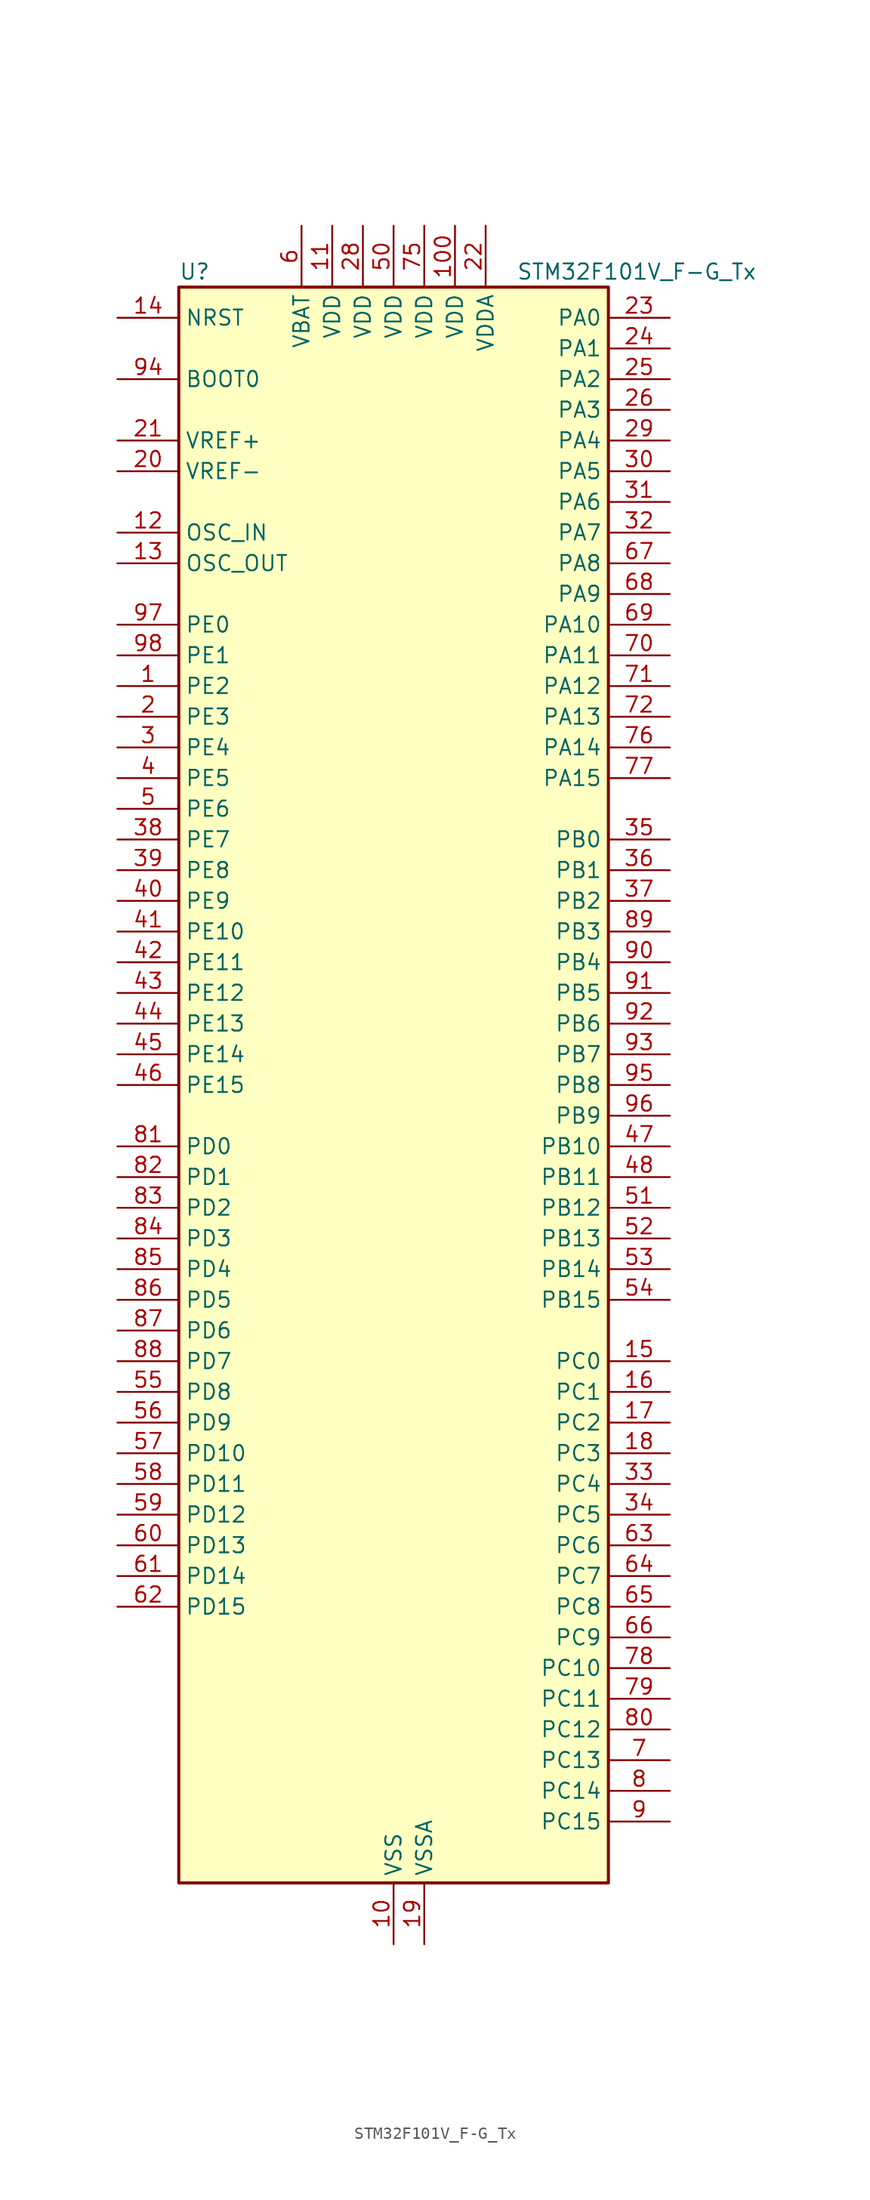
<source format=kicad_sym>
(kicad_symbol_lib
  (version 20231120)
  (generator "kicad_symbol_editor")
  (generator_version "8.0")
  (symbol "STM32F101V_F-G_Tx"
    (property "Reference" "U"
      (at -17.78 67.31 0)
      (effects (font (size 1.27 1.27)) (justify left)))
    (property "Value" "STM32F101V_F-G_Tx"
      (at 10.16 67.31 0)
      (effects (font (size 1.27 1.27)) (justify left)))
    (property "ki_locked" ""
      (at 0 0 0)
      (effects (font (size 1.27 1.27))))
    (symbol "STM32F101V_F-G_Tx_0_1"
      (rectangle (start -17.78 -66.04) (end 17.78 66.04) (stroke (width 0.254) (type default)) (fill (type background))))
    (symbol "STM32F101V_F-G_Tx_1_1"
      (pin bidirectional line (at -22.86 33.02 0) (length 5.08) (name "PE2" (effects (font (size 1.27 1.27)))) (number "1" (effects (font (size 1.27 1.27)))) (alternate "FSMC_A23" bidirectional line) (alternate "SYS_TRACECLK" bidirectional line))
      (pin power_in line (at 0 -71.12 90) (length 5.08) (name "VSS" (effects (font (size 1.27 1.27)))) (number "10" (effects (font (size 1.27 1.27)))))
      (pin power_in line (at 5.08 71.12 270) (length 5.08) (name "VDD" (effects (font (size 1.27 1.27)))) (number "100" (effects (font (size 1.27 1.27)))))
      (pin power_in line (at -5.08 71.12 270) (length 5.08) (name "VDD" (effects (font (size 1.27 1.27)))) (number "11" (effects (font (size 1.27 1.27)))))
      (pin input line (at -22.86 45.72 0) (length 5.08) (name "OSC_IN" (effects (font (size 1.27 1.27)))) (number "12" (effects (font (size 1.27 1.27)))) (alternate "RCC_OSC_IN" bidirectional line))
      (pin input line (at -22.86 43.18 0) (length 5.08) (name "OSC_OUT" (effects (font (size 1.27 1.27)))) (number "13" (effects (font (size 1.27 1.27)))) (alternate "RCC_OSC_OUT" bidirectional line))
      (pin input line (at -22.86 63.5 0) (length 5.08) (name "NRST" (effects (font (size 1.27 1.27)))) (number "14" (effects (font (size 1.27 1.27)))))
      (pin bidirectional line (at 22.86 -22.86 180) (length 5.08) (name "PC0" (effects (font (size 1.27 1.27)))) (number "15" (effects (font (size 1.27 1.27)))) (alternate "ADC1_IN10" bidirectional line))
      (pin bidirectional line (at 22.86 -25.4 180) (length 5.08) (name "PC1" (effects (font (size 1.27 1.27)))) (number "16" (effects (font (size 1.27 1.27)))) (alternate "ADC1_IN11" bidirectional line))
      (pin bidirectional line (at 22.86 -27.94 180) (length 5.08) (name "PC2" (effects (font (size 1.27 1.27)))) (number "17" (effects (font (size 1.27 1.27)))) (alternate "ADC1_IN12" bidirectional line))
      (pin bidirectional line (at 22.86 -30.48 180) (length 5.08) (name "PC3" (effects (font (size 1.27 1.27)))) (number "18" (effects (font (size 1.27 1.27)))) (alternate "ADC1_IN13" bidirectional line))
      (pin power_in line (at 2.54 -71.12 90) (length 5.08) (name "VSSA" (effects (font (size 1.27 1.27)))) (number "19" (effects (font (size 1.27 1.27)))))
      (pin bidirectional line (at -22.86 30.48 0) (length 5.08) (name "PE3" (effects (font (size 1.27 1.27)))) (number "2" (effects (font (size 1.27 1.27)))) (alternate "FSMC_A19" bidirectional line) (alternate "SYS_TRACED0" bidirectional line))
      (pin input line (at -22.86 50.8 0) (length 5.08) (name "VREF-" (effects (font (size 1.27 1.27)))) (number "20" (effects (font (size 1.27 1.27)))))
      (pin input line (at -22.86 53.34 0) (length 5.08) (name "VREF+" (effects (font (size 1.27 1.27)))) (number "21" (effects (font (size 1.27 1.27)))))
      (pin power_in line (at 7.62 71.12 270) (length 5.08) (name "VDDA" (effects (font (size 1.27 1.27)))) (number "22" (effects (font (size 1.27 1.27)))))
      (pin bidirectional line (at 22.86 63.5 180) (length 5.08) (name "PA0" (effects (font (size 1.27 1.27)))) (number "23" (effects (font (size 1.27 1.27)))) (alternate "ADC1_IN0" bidirectional line) (alternate "SYS_WKUP" bidirectional line) (alternate "TIM2_CH1" bidirectional line) (alternate "TIM2_ETR" bidirectional line) (alternate "TIM5_CH1" bidirectional line) (alternate "USART2_CTS" bidirectional line))
      (pin bidirectional line (at 22.86 60.96 180) (length 5.08) (name "PA1" (effects (font (size 1.27 1.27)))) (number "24" (effects (font (size 1.27 1.27)))) (alternate "ADC1_IN1" bidirectional line) (alternate "TIM2_CH2" bidirectional line) (alternate "TIM5_CH2" bidirectional line) (alternate "USART2_RTS" bidirectional line))
      (pin bidirectional line (at 22.86 58.42 180) (length 5.08) (name "PA2" (effects (font (size 1.27 1.27)))) (number "25" (effects (font (size 1.27 1.27)))) (alternate "ADC1_IN2" bidirectional line) (alternate "TIM2_CH3" bidirectional line) (alternate "TIM5_CH3" bidirectional line) (alternate "TIM9_CH1" bidirectional line) (alternate "USART2_TX" bidirectional line))
      (pin bidirectional line (at 22.86 55.88 180) (length 5.08) (name "PA3" (effects (font (size 1.27 1.27)))) (number "26" (effects (font (size 1.27 1.27)))) (alternate "ADC1_IN3" bidirectional line) (alternate "TIM2_CH4" bidirectional line) (alternate "TIM5_CH4" bidirectional line) (alternate "TIM9_CH2" bidirectional line) (alternate "USART2_RX" bidirectional line))
      (pin passive line (at 0 -71.12 90) (length 5.08) hide (name "VSS" (effects (font (size 1.27 1.27)))) (number "27" (effects (font (size 1.27 1.27)))))
      (pin power_in line (at -2.54 71.12 270) (length 5.08) (name "VDD" (effects (font (size 1.27 1.27)))) (number "28" (effects (font (size 1.27 1.27)))))
      (pin bidirectional line (at 22.86 53.34 180) (length 5.08) (name "PA4" (effects (font (size 1.27 1.27)))) (number "29" (effects (font (size 1.27 1.27)))) (alternate "ADC1_IN4" bidirectional line) (alternate "DAC_OUT1" bidirectional line) (alternate "SPI1_NSS" bidirectional line) (alternate "USART2_CK" bidirectional line))
      (pin bidirectional line (at -22.86 27.94 0) (length 5.08) (name "PE4" (effects (font (size 1.27 1.27)))) (number "3" (effects (font (size 1.27 1.27)))) (alternate "FSMC_A20" bidirectional line) (alternate "SYS_TRACED1" bidirectional line))
      (pin bidirectional line (at 22.86 50.8 180) (length 5.08) (name "PA5" (effects (font (size 1.27 1.27)))) (number "30" (effects (font (size 1.27 1.27)))) (alternate "ADC1_IN5" bidirectional line) (alternate "DAC_OUT2" bidirectional line) (alternate "SPI1_SCK" bidirectional line))
      (pin bidirectional line (at 22.86 48.26 180) (length 5.08) (name "PA6" (effects (font (size 1.27 1.27)))) (number "31" (effects (font (size 1.27 1.27)))) (alternate "ADC1_IN6" bidirectional line) (alternate "SPI1_MISO" bidirectional line) (alternate "TIM13_CH1" bidirectional line) (alternate "TIM3_CH1" bidirectional line))
      (pin bidirectional line (at 22.86 45.72 180) (length 5.08) (name "PA7" (effects (font (size 1.27 1.27)))) (number "32" (effects (font (size 1.27 1.27)))) (alternate "ADC1_IN7" bidirectional line) (alternate "SPI1_MOSI" bidirectional line) (alternate "TIM14_CH1" bidirectional line) (alternate "TIM3_CH2" bidirectional line))
      (pin bidirectional line (at 22.86 -33.02 180) (length 5.08) (name "PC4" (effects (font (size 1.27 1.27)))) (number "33" (effects (font (size 1.27 1.27)))) (alternate "ADC1_IN14" bidirectional line))
      (pin bidirectional line (at 22.86 -35.56 180) (length 5.08) (name "PC5" (effects (font (size 1.27 1.27)))) (number "34" (effects (font (size 1.27 1.27)))) (alternate "ADC1_IN15" bidirectional line))
      (pin bidirectional line (at 22.86 20.32 180) (length 5.08) (name "PB0" (effects (font (size 1.27 1.27)))) (number "35" (effects (font (size 1.27 1.27)))) (alternate "ADC1_IN8" bidirectional line) (alternate "TIM3_CH3" bidirectional line))
      (pin bidirectional line (at 22.86 17.78 180) (length 5.08) (name "PB1" (effects (font (size 1.27 1.27)))) (number "36" (effects (font (size 1.27 1.27)))) (alternate "ADC1_IN9" bidirectional line) (alternate "TIM3_CH4" bidirectional line))
      (pin bidirectional line (at 22.86 15.24 180) (length 5.08) (name "PB2" (effects (font (size 1.27 1.27)))) (number "37" (effects (font (size 1.27 1.27)))))
      (pin bidirectional line (at -22.86 20.32 0) (length 5.08) (name "PE7" (effects (font (size 1.27 1.27)))) (number "38" (effects (font (size 1.27 1.27)))) (alternate "FSMC_D4" bidirectional line) (alternate "FSMC_DA4" bidirectional line))
      (pin bidirectional line (at -22.86 17.78 0) (length 5.08) (name "PE8" (effects (font (size 1.27 1.27)))) (number "39" (effects (font (size 1.27 1.27)))) (alternate "FSMC_D5" bidirectional line) (alternate "FSMC_DA5" bidirectional line))
      (pin bidirectional line (at -22.86 25.4 0) (length 5.08) (name "PE5" (effects (font (size 1.27 1.27)))) (number "4" (effects (font (size 1.27 1.27)))) (alternate "FSMC_A21" bidirectional line) (alternate "SYS_TRACED2" bidirectional line) (alternate "TIM9_CH1" bidirectional line))
      (pin bidirectional line (at -22.86 15.24 0) (length 5.08) (name "PE9" (effects (font (size 1.27 1.27)))) (number "40" (effects (font (size 1.27 1.27)))) (alternate "DAC_EXTI9" bidirectional line) (alternate "FSMC_D6" bidirectional line) (alternate "FSMC_DA6" bidirectional line))
      (pin bidirectional line (at -22.86 12.7 0) (length 5.08) (name "PE10" (effects (font (size 1.27 1.27)))) (number "41" (effects (font (size 1.27 1.27)))) (alternate "FSMC_D7" bidirectional line) (alternate "FSMC_DA7" bidirectional line))
      (pin bidirectional line (at -22.86 10.16 0) (length 5.08) (name "PE11" (effects (font (size 1.27 1.27)))) (number "42" (effects (font (size 1.27 1.27)))) (alternate "ADC1_EXTI11" bidirectional line) (alternate "FSMC_D8" bidirectional line) (alternate "FSMC_DA8" bidirectional line))
      (pin bidirectional line (at -22.86 7.62 0) (length 5.08) (name "PE12" (effects (font (size 1.27 1.27)))) (number "43" (effects (font (size 1.27 1.27)))) (alternate "FSMC_D9" bidirectional line) (alternate "FSMC_DA9" bidirectional line))
      (pin bidirectional line (at -22.86 5.08 0) (length 5.08) (name "PE13" (effects (font (size 1.27 1.27)))) (number "44" (effects (font (size 1.27 1.27)))) (alternate "FSMC_D10" bidirectional line) (alternate "FSMC_DA10" bidirectional line))
      (pin bidirectional line (at -22.86 2.54 0) (length 5.08) (name "PE14" (effects (font (size 1.27 1.27)))) (number "45" (effects (font (size 1.27 1.27)))) (alternate "FSMC_D11" bidirectional line) (alternate "FSMC_DA11" bidirectional line))
      (pin bidirectional line (at -22.86 0 0) (length 5.08) (name "PE15" (effects (font (size 1.27 1.27)))) (number "46" (effects (font (size 1.27 1.27)))) (alternate "ADC1_EXTI15" bidirectional line) (alternate "FSMC_D12" bidirectional line) (alternate "FSMC_DA12" bidirectional line))
      (pin bidirectional line (at 22.86 -5.08 180) (length 5.08) (name "PB10" (effects (font (size 1.27 1.27)))) (number "47" (effects (font (size 1.27 1.27)))) (alternate "I2C2_SCL" bidirectional line) (alternate "TIM2_CH3" bidirectional line) (alternate "USART3_TX" bidirectional line))
      (pin bidirectional line (at 22.86 -7.62 180) (length 5.08) (name "PB11" (effects (font (size 1.27 1.27)))) (number "48" (effects (font (size 1.27 1.27)))) (alternate "ADC1_EXTI11" bidirectional line) (alternate "I2C2_SDA" bidirectional line) (alternate "TIM2_CH4" bidirectional line) (alternate "USART3_RX" bidirectional line))
      (pin passive line (at 0 -71.12 90) (length 5.08) hide (name "VSS" (effects (font (size 1.27 1.27)))) (number "49" (effects (font (size 1.27 1.27)))))
      (pin bidirectional line (at -22.86 22.86 0) (length 5.08) (name "PE6" (effects (font (size 1.27 1.27)))) (number "5" (effects (font (size 1.27 1.27)))) (alternate "FSMC_A22" bidirectional line) (alternate "SYS_TRACED3" bidirectional line) (alternate "TIM9_CH2" bidirectional line))
      (pin power_in line (at 0 71.12 270) (length 5.08) (name "VDD" (effects (font (size 1.27 1.27)))) (number "50" (effects (font (size 1.27 1.27)))))
      (pin bidirectional line (at 22.86 -10.16 180) (length 5.08) (name "PB12" (effects (font (size 1.27 1.27)))) (number "51" (effects (font (size 1.27 1.27)))) (alternate "I2C2_SMBA" bidirectional line) (alternate "SPI2_NSS" bidirectional line) (alternate "USART3_CK" bidirectional line))
      (pin bidirectional line (at 22.86 -12.7 180) (length 5.08) (name "PB13" (effects (font (size 1.27 1.27)))) (number "52" (effects (font (size 1.27 1.27)))) (alternate "SPI2_SCK" bidirectional line) (alternate "USART3_CTS" bidirectional line))
      (pin bidirectional line (at 22.86 -15.24 180) (length 5.08) (name "PB14" (effects (font (size 1.27 1.27)))) (number "53" (effects (font (size 1.27 1.27)))) (alternate "SPI2_MISO" bidirectional line) (alternate "TIM12_CH1" bidirectional line) (alternate "USART3_RTS" bidirectional line))
      (pin bidirectional line (at 22.86 -17.78 180) (length 5.08) (name "PB15" (effects (font (size 1.27 1.27)))) (number "54" (effects (font (size 1.27 1.27)))) (alternate "ADC1_EXTI15" bidirectional line) (alternate "SPI2_MOSI" bidirectional line) (alternate "TIM12_CH2" bidirectional line))
      (pin bidirectional line (at -22.86 -25.4 0) (length 5.08) (name "PD8" (effects (font (size 1.27 1.27)))) (number "55" (effects (font (size 1.27 1.27)))) (alternate "FSMC_D13" bidirectional line) (alternate "FSMC_DA13" bidirectional line) (alternate "USART3_TX" bidirectional line))
      (pin bidirectional line (at -22.86 -27.94 0) (length 5.08) (name "PD9" (effects (font (size 1.27 1.27)))) (number "56" (effects (font (size 1.27 1.27)))) (alternate "DAC_EXTI9" bidirectional line) (alternate "FSMC_D14" bidirectional line) (alternate "FSMC_DA14" bidirectional line) (alternate "USART3_RX" bidirectional line))
      (pin bidirectional line (at -22.86 -30.48 0) (length 5.08) (name "PD10" (effects (font (size 1.27 1.27)))) (number "57" (effects (font (size 1.27 1.27)))) (alternate "FSMC_D15" bidirectional line) (alternate "FSMC_DA15" bidirectional line) (alternate "USART3_CK" bidirectional line))
      (pin bidirectional line (at -22.86 -33.02 0) (length 5.08) (name "PD11" (effects (font (size 1.27 1.27)))) (number "58" (effects (font (size 1.27 1.27)))) (alternate "ADC1_EXTI11" bidirectional line) (alternate "FSMC_A16" bidirectional line) (alternate "FSMC_CLE" bidirectional line) (alternate "USART3_CTS" bidirectional line))
      (pin bidirectional line (at -22.86 -35.56 0) (length 5.08) (name "PD12" (effects (font (size 1.27 1.27)))) (number "59" (effects (font (size 1.27 1.27)))) (alternate "FSMC_A17" bidirectional line) (alternate "FSMC_ALE" bidirectional line) (alternate "TIM4_CH1" bidirectional line) (alternate "USART3_RTS" bidirectional line))
      (pin power_in line (at -7.62 71.12 270) (length 5.08) (name "VBAT" (effects (font (size 1.27 1.27)))) (number "6" (effects (font (size 1.27 1.27)))))
      (pin bidirectional line (at -22.86 -38.1 0) (length 5.08) (name "PD13" (effects (font (size 1.27 1.27)))) (number "60" (effects (font (size 1.27 1.27)))) (alternate "FSMC_A18" bidirectional line) (alternate "TIM4_CH2" bidirectional line))
      (pin bidirectional line (at -22.86 -40.64 0) (length 5.08) (name "PD14" (effects (font (size 1.27 1.27)))) (number "61" (effects (font (size 1.27 1.27)))) (alternate "FSMC_D0" bidirectional line) (alternate "FSMC_DA0" bidirectional line) (alternate "TIM4_CH3" bidirectional line))
      (pin bidirectional line (at -22.86 -43.18 0) (length 5.08) (name "PD15" (effects (font (size 1.27 1.27)))) (number "62" (effects (font (size 1.27 1.27)))) (alternate "ADC1_EXTI15" bidirectional line) (alternate "FSMC_D1" bidirectional line) (alternate "FSMC_DA1" bidirectional line) (alternate "TIM4_CH4" bidirectional line))
      (pin bidirectional line (at 22.86 -38.1 180) (length 5.08) (name "PC6" (effects (font (size 1.27 1.27)))) (number "63" (effects (font (size 1.27 1.27)))) (alternate "TIM3_CH1" bidirectional line))
      (pin bidirectional line (at 22.86 -40.64 180) (length 5.08) (name "PC7" (effects (font (size 1.27 1.27)))) (number "64" (effects (font (size 1.27 1.27)))) (alternate "TIM3_CH2" bidirectional line))
      (pin bidirectional line (at 22.86 -43.18 180) (length 5.08) (name "PC8" (effects (font (size 1.27 1.27)))) (number "65" (effects (font (size 1.27 1.27)))) (alternate "TIM3_CH3" bidirectional line))
      (pin bidirectional line (at 22.86 -45.72 180) (length 5.08) (name "PC9" (effects (font (size 1.27 1.27)))) (number "66" (effects (font (size 1.27 1.27)))) (alternate "DAC_EXTI9" bidirectional line) (alternate "TIM3_CH4" bidirectional line))
      (pin bidirectional line (at 22.86 43.18 180) (length 5.08) (name "PA8" (effects (font (size 1.27 1.27)))) (number "67" (effects (font (size 1.27 1.27)))) (alternate "RCC_MCO" bidirectional line) (alternate "USART1_CK" bidirectional line))
      (pin bidirectional line (at 22.86 40.64 180) (length 5.08) (name "PA9" (effects (font (size 1.27 1.27)))) (number "68" (effects (font (size 1.27 1.27)))) (alternate "DAC_EXTI9" bidirectional line) (alternate "USART1_TX" bidirectional line))
      (pin bidirectional line (at 22.86 38.1 180) (length 5.08) (name "PA10" (effects (font (size 1.27 1.27)))) (number "69" (effects (font (size 1.27 1.27)))) (alternate "USART1_RX" bidirectional line))
      (pin bidirectional line (at 22.86 -55.88 180) (length 5.08) (name "PC13" (effects (font (size 1.27 1.27)))) (number "7" (effects (font (size 1.27 1.27)))) (alternate "RTC_OUT" bidirectional line) (alternate "RTC_TAMPER" bidirectional line))
      (pin bidirectional line (at 22.86 35.56 180) (length 5.08) (name "PA11" (effects (font (size 1.27 1.27)))) (number "70" (effects (font (size 1.27 1.27)))) (alternate "ADC1_EXTI11" bidirectional line) (alternate "USART1_CTS" bidirectional line))
      (pin bidirectional line (at 22.86 33.02 180) (length 5.08) (name "PA12" (effects (font (size 1.27 1.27)))) (number "71" (effects (font (size 1.27 1.27)))) (alternate "USART1_RTS" bidirectional line))
      (pin bidirectional line (at 22.86 30.48 180) (length 5.08) (name "PA13" (effects (font (size 1.27 1.27)))) (number "72" (effects (font (size 1.27 1.27)))) (alternate "SYS_JTMS-SWDIO" bidirectional line))
      (pin no_connect line (at -17.78 -66.04 0) (length 5.08) hide (name "NC" (effects (font (size 1.27 1.27)))) (number "73" (effects (font (size 1.27 1.27)))))
      (pin passive line (at 0 -71.12 90) (length 5.08) hide (name "VSS" (effects (font (size 1.27 1.27)))) (number "74" (effects (font (size 1.27 1.27)))))
      (pin power_in line (at 2.54 71.12 270) (length 5.08) (name "VDD" (effects (font (size 1.27 1.27)))) (number "75" (effects (font (size 1.27 1.27)))))
      (pin bidirectional line (at 22.86 27.94 180) (length 5.08) (name "PA14" (effects (font (size 1.27 1.27)))) (number "76" (effects (font (size 1.27 1.27)))) (alternate "SYS_JTCK-SWCLK" bidirectional line))
      (pin bidirectional line (at 22.86 25.4 180) (length 5.08) (name "PA15" (effects (font (size 1.27 1.27)))) (number "77" (effects (font (size 1.27 1.27)))) (alternate "ADC1_EXTI15" bidirectional line) (alternate "SPI1_NSS" bidirectional line) (alternate "SPI3_NSS" bidirectional line) (alternate "SYS_JTDI" bidirectional line) (alternate "TIM2_CH1" bidirectional line) (alternate "TIM2_ETR" bidirectional line))
      (pin bidirectional line (at 22.86 -48.26 180) (length 5.08) (name "PC10" (effects (font (size 1.27 1.27)))) (number "78" (effects (font (size 1.27 1.27)))) (alternate "UART4_TX" bidirectional line) (alternate "USART3_TX" bidirectional line))
      (pin bidirectional line (at 22.86 -50.8 180) (length 5.08) (name "PC11" (effects (font (size 1.27 1.27)))) (number "79" (effects (font (size 1.27 1.27)))) (alternate "ADC1_EXTI11" bidirectional line) (alternate "UART4_RX" bidirectional line) (alternate "USART3_RX" bidirectional line))
      (pin bidirectional line (at 22.86 -58.42 180) (length 5.08) (name "PC14" (effects (font (size 1.27 1.27)))) (number "8" (effects (font (size 1.27 1.27)))) (alternate "RCC_OSC32_IN" bidirectional line))
      (pin bidirectional line (at 22.86 -53.34 180) (length 5.08) (name "PC12" (effects (font (size 1.27 1.27)))) (number "80" (effects (font (size 1.27 1.27)))) (alternate "UART5_TX" bidirectional line) (alternate "USART3_CK" bidirectional line))
      (pin bidirectional line (at -22.86 -5.08 0) (length 5.08) (name "PD0" (effects (font (size 1.27 1.27)))) (number "81" (effects (font (size 1.27 1.27)))) (alternate "FSMC_D2" bidirectional line) (alternate "FSMC_DA2" bidirectional line))
      (pin bidirectional line (at -22.86 -7.62 0) (length 5.08) (name "PD1" (effects (font (size 1.27 1.27)))) (number "82" (effects (font (size 1.27 1.27)))) (alternate "FSMC_D3" bidirectional line) (alternate "FSMC_DA3" bidirectional line))
      (pin bidirectional line (at -22.86 -10.16 0) (length 5.08) (name "PD2" (effects (font (size 1.27 1.27)))) (number "83" (effects (font (size 1.27 1.27)))) (alternate "TIM3_ETR" bidirectional line) (alternate "UART5_RX" bidirectional line))
      (pin bidirectional line (at -22.86 -12.7 0) (length 5.08) (name "PD3" (effects (font (size 1.27 1.27)))) (number "84" (effects (font (size 1.27 1.27)))) (alternate "FSMC_CLK" bidirectional line) (alternate "USART2_CTS" bidirectional line))
      (pin bidirectional line (at -22.86 -15.24 0) (length 5.08) (name "PD4" (effects (font (size 1.27 1.27)))) (number "85" (effects (font (size 1.27 1.27)))) (alternate "FSMC_NOE" bidirectional line) (alternate "USART2_RTS" bidirectional line))
      (pin bidirectional line (at -22.86 -17.78 0) (length 5.08) (name "PD5" (effects (font (size 1.27 1.27)))) (number "86" (effects (font (size 1.27 1.27)))) (alternate "FSMC_NWE" bidirectional line) (alternate "USART2_TX" bidirectional line))
      (pin bidirectional line (at -22.86 -20.32 0) (length 5.08) (name "PD6" (effects (font (size 1.27 1.27)))) (number "87" (effects (font (size 1.27 1.27)))) (alternate "FSMC_NWAIT" bidirectional line) (alternate "USART2_RX" bidirectional line))
      (pin bidirectional line (at -22.86 -22.86 0) (length 5.08) (name "PD7" (effects (font (size 1.27 1.27)))) (number "88" (effects (font (size 1.27 1.27)))) (alternate "FSMC_NCE2" bidirectional line) (alternate "FSMC_NE1" bidirectional line) (alternate "USART2_CK" bidirectional line))
      (pin bidirectional line (at 22.86 12.7 180) (length 5.08) (name "PB3" (effects (font (size 1.27 1.27)))) (number "89" (effects (font (size 1.27 1.27)))) (alternate "SPI1_SCK" bidirectional line) (alternate "SPI3_SCK" bidirectional line) (alternate "SYS_JTDO-TRACESWO" bidirectional line) (alternate "TIM2_CH2" bidirectional line))
      (pin bidirectional line (at 22.86 -60.96 180) (length 5.08) (name "PC15" (effects (font (size 1.27 1.27)))) (number "9" (effects (font (size 1.27 1.27)))) (alternate "ADC1_EXTI15" bidirectional line) (alternate "RCC_OSC32_OUT" bidirectional line))
      (pin bidirectional line (at 22.86 10.16 180) (length 5.08) (name "PB4" (effects (font (size 1.27 1.27)))) (number "90" (effects (font (size 1.27 1.27)))) (alternate "SPI1_MISO" bidirectional line) (alternate "SPI3_MISO" bidirectional line) (alternate "SYS_NJTRST" bidirectional line) (alternate "TIM3_CH1" bidirectional line))
      (pin bidirectional line (at 22.86 7.62 180) (length 5.08) (name "PB5" (effects (font (size 1.27 1.27)))) (number "91" (effects (font (size 1.27 1.27)))) (alternate "I2C1_SMBA" bidirectional line) (alternate "SPI1_MOSI" bidirectional line) (alternate "SPI3_MOSI" bidirectional line) (alternate "TIM3_CH2" bidirectional line))
      (pin bidirectional line (at 22.86 5.08 180) (length 5.08) (name "PB6" (effects (font (size 1.27 1.27)))) (number "92" (effects (font (size 1.27 1.27)))) (alternate "I2C1_SCL" bidirectional line) (alternate "TIM4_CH1" bidirectional line) (alternate "USART1_TX" bidirectional line))
      (pin bidirectional line (at 22.86 2.54 180) (length 5.08) (name "PB7" (effects (font (size 1.27 1.27)))) (number "93" (effects (font (size 1.27 1.27)))) (alternate "FSMC_NL" bidirectional line) (alternate "I2C1_SDA" bidirectional line) (alternate "TIM4_CH2" bidirectional line) (alternate "USART1_RX" bidirectional line))
      (pin input line (at -22.86 58.42 0) (length 5.08) (name "BOOT0" (effects (font (size 1.27 1.27)))) (number "94" (effects (font (size 1.27 1.27)))))
      (pin bidirectional line (at 22.86 0 180) (length 5.08) (name "PB8" (effects (font (size 1.27 1.27)))) (number "95" (effects (font (size 1.27 1.27)))) (alternate "I2C1_SCL" bidirectional line) (alternate "TIM10_CH1" bidirectional line) (alternate "TIM4_CH3" bidirectional line))
      (pin bidirectional line (at 22.86 -2.54 180) (length 5.08) (name "PB9" (effects (font (size 1.27 1.27)))) (number "96" (effects (font (size 1.27 1.27)))) (alternate "DAC_EXTI9" bidirectional line) (alternate "I2C1_SDA" bidirectional line) (alternate "TIM11_CH1" bidirectional line) (alternate "TIM4_CH4" bidirectional line))
      (pin bidirectional line (at -22.86 38.1 0) (length 5.08) (name "PE0" (effects (font (size 1.27 1.27)))) (number "97" (effects (font (size 1.27 1.27)))) (alternate "FSMC_NBL0" bidirectional line) (alternate "TIM4_ETR" bidirectional line))
      (pin bidirectional line (at -22.86 35.56 0) (length 5.08) (name "PE1" (effects (font (size 1.27 1.27)))) (number "98" (effects (font (size 1.27 1.27)))) (alternate "FSMC_NBL1" bidirectional line))
      (pin passive line (at 0 -71.12 90) (length 5.08) hide (name "VSS" (effects (font (size 1.27 1.27)))) (number "99" (effects (font (size 1.27 1.27))))))))
</source>
